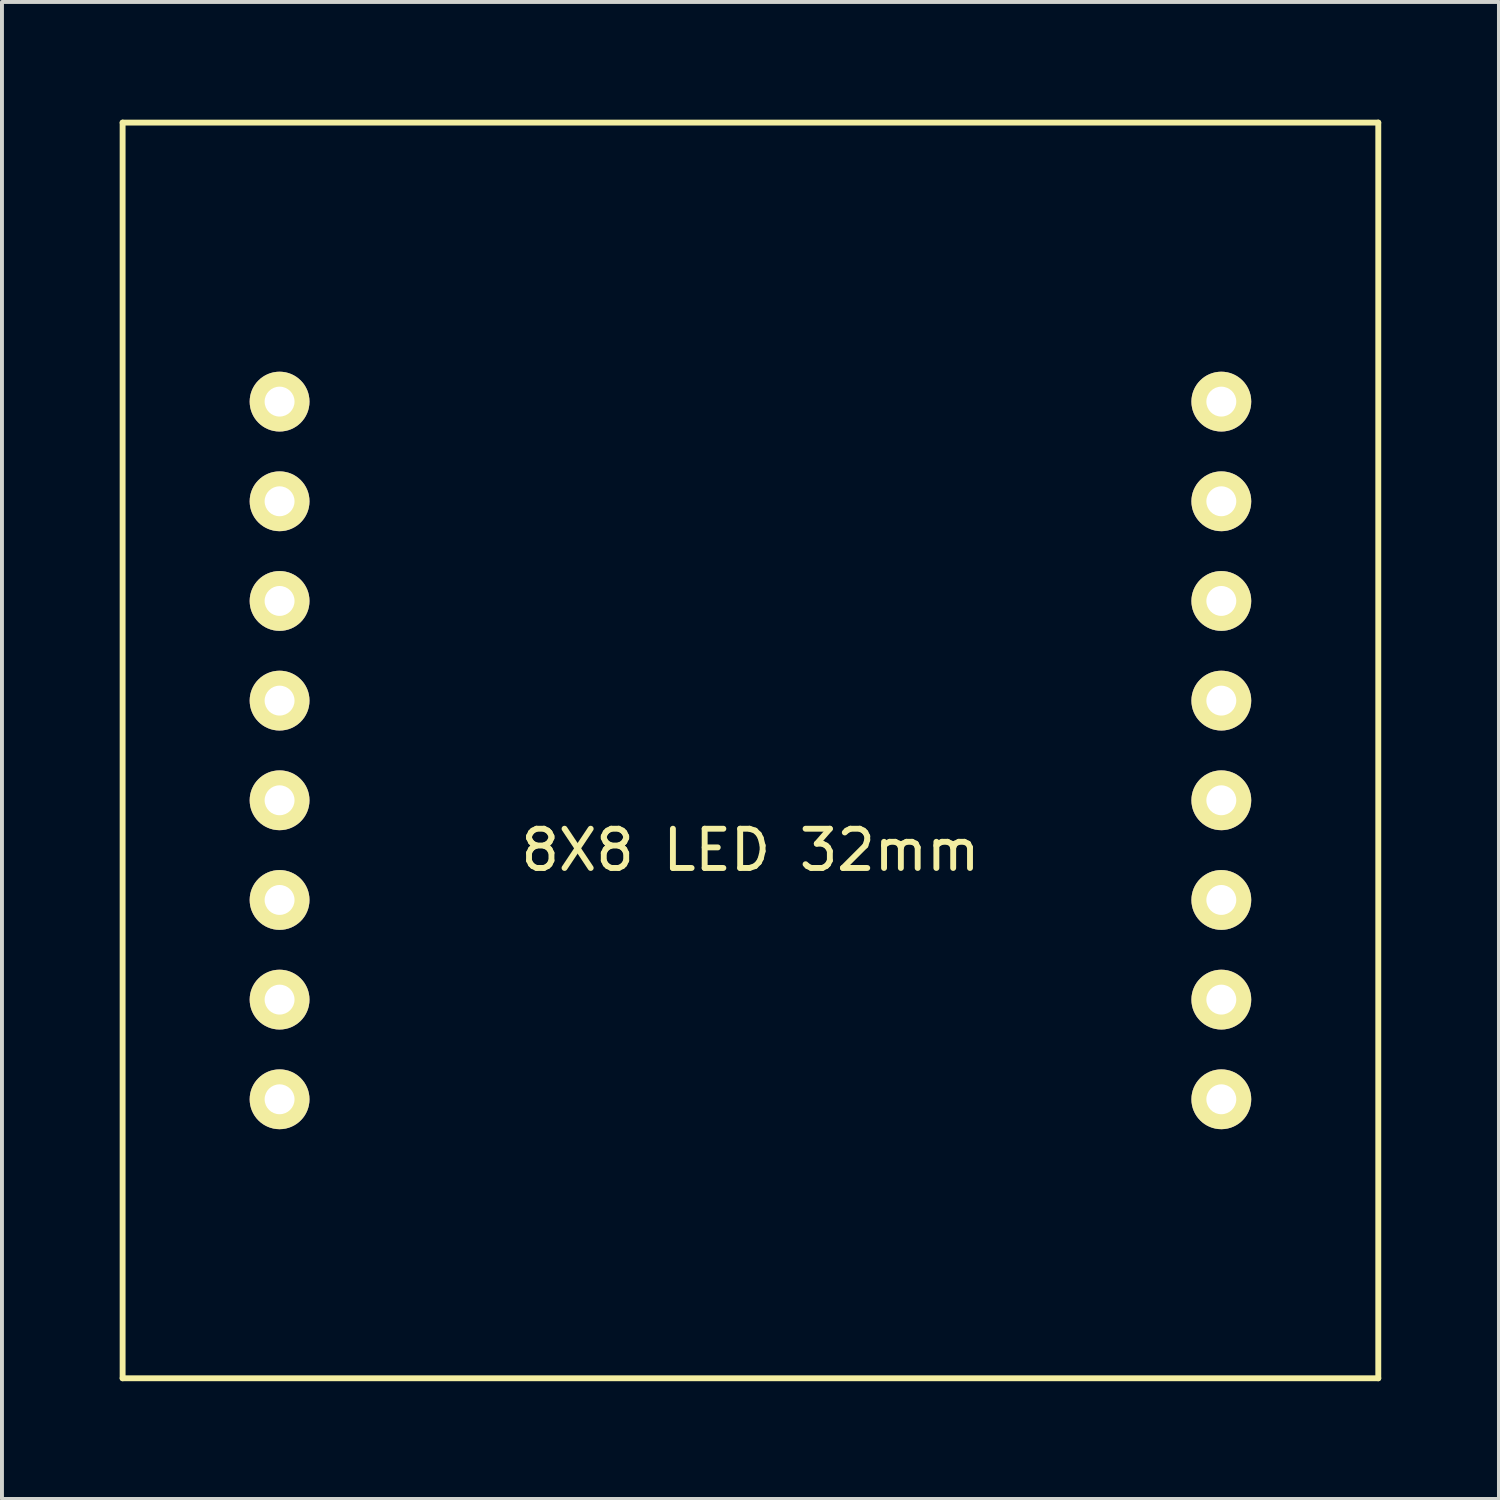
<source format=kicad_pcb>
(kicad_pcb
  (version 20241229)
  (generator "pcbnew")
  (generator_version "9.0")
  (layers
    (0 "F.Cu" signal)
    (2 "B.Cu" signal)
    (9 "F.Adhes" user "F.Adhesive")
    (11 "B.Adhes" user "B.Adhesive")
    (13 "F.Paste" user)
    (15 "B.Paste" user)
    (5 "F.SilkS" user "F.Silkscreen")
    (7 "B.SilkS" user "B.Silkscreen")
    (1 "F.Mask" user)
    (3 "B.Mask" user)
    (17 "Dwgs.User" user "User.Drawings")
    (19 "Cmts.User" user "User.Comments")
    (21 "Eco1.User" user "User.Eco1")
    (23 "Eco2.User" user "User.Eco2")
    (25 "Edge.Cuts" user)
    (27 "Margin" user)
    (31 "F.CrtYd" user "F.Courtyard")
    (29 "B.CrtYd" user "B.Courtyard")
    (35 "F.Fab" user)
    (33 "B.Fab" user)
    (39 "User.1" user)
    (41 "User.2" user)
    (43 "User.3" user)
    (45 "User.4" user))
  (footprint "8X8 LED 32mm"
    (layer "F.Cu")
    (at 16.075 16.075)
    (property "Reference" "8X8 LED 32mm" (at 0 2.54 0) (layer "F.SilkS") (effects (font (size 1 1) (thickness 0.15))))
    (attr through_hole)
    (fp_line (start -16 -16) (end 16 -16) (stroke (width 0.15) (type solid)) (layer "F.SilkS"))
    (fp_line (start -16 16) (end -16 -16) (stroke (width 0.15) (type solid)) (layer "F.SilkS"))
    (fp_line (start 16 -16) (end 16 16) (stroke (width 0.15) (type solid)) (layer "F.SilkS"))
    (fp_line (start 16 16) (end -16 16) (stroke (width 0.15) (type solid)) (layer "F.SilkS"))
    (pad "1" thru_hole circle (at -12 -8.89) (size 1.524 1.524) (drill 0.762) (layers "*.Cu" "*.Mask" "F.SilkS"))
    (pad "2" thru_hole circle (at -12 -6.35) (size 1.524 1.524) (drill 0.762) (layers "*.Cu" "*.Mask" "F.SilkS"))
    (pad "3" thru_hole circle (at -12 -3.81) (size 1.524 1.524) (drill 0.762) (layers "*.Cu" "*.Mask" "F.SilkS"))
    (pad "4" thru_hole circle (at -12 -1.27) (size 1.524 1.524) (drill 0.762) (layers "*.Cu" "*.Mask" "F.SilkS"))
    (pad "5" thru_hole circle (at -12 1.27) (size 1.524 1.524) (drill 0.762) (layers "*.Cu" "*.Mask" "F.SilkS"))
    (pad "6" thru_hole circle (at -12 3.81) (size 1.524 1.524) (drill 0.762) (layers "*.Cu" "*.Mask" "F.SilkS"))
    (pad "7" thru_hole circle (at -12 6.35) (size 1.524 1.524) (drill 0.762) (layers "*.Cu" "*.Mask" "F.SilkS"))
    (pad "8" thru_hole circle (at -12 8.89) (size 1.524 1.524) (drill 0.762) (layers "*.Cu" "*.Mask" "F.SilkS"))
    (pad "9" thru_hole circle (at 12 8.89) (size 1.524 1.524) (drill 0.762) (layers "*.Cu" "*.Mask" "F.SilkS"))
    (pad "10" thru_hole circle (at 12 6.35) (size 1.524 1.524) (drill 0.762) (layers "*.Cu" "*.Mask" "F.SilkS"))
    (pad "11" thru_hole circle (at 12 3.81) (size 1.524 1.524) (drill 0.762) (layers "*.Cu" "*.Mask" "F.SilkS"))
    (pad "12" thru_hole circle (at 12 1.27) (size 1.524 1.524) (drill 0.762) (layers "*.Cu" "*.Mask" "F.SilkS"))
    (pad "13" thru_hole circle (at 12 -1.27) (size 1.524 1.524) (drill 0.762) (layers "*.Cu" "*.Mask" "F.SilkS"))
    (pad "14" thru_hole circle (at 12 -3.81) (size 1.524 1.524) (drill 0.762) (layers "*.Cu" "*.Mask" "F.SilkS"))
    (pad "15" thru_hole circle (at 12 -6.35) (size 1.524 1.524) (drill 0.762) (layers "*.Cu" "*.Mask" "F.SilkS"))
    (pad "16" thru_hole circle (at 12 -8.89) (size 1.524 1.524) (drill 0.762) (layers "*.Cu" "*.Mask" "F.SilkS")))
  (gr_rect
    (start -3 -3)
    (end 35.15 35.15)
    (stroke (width 0.1) (type default))
    (fill no)
    (layer "Edge.Cuts")))
</source>
